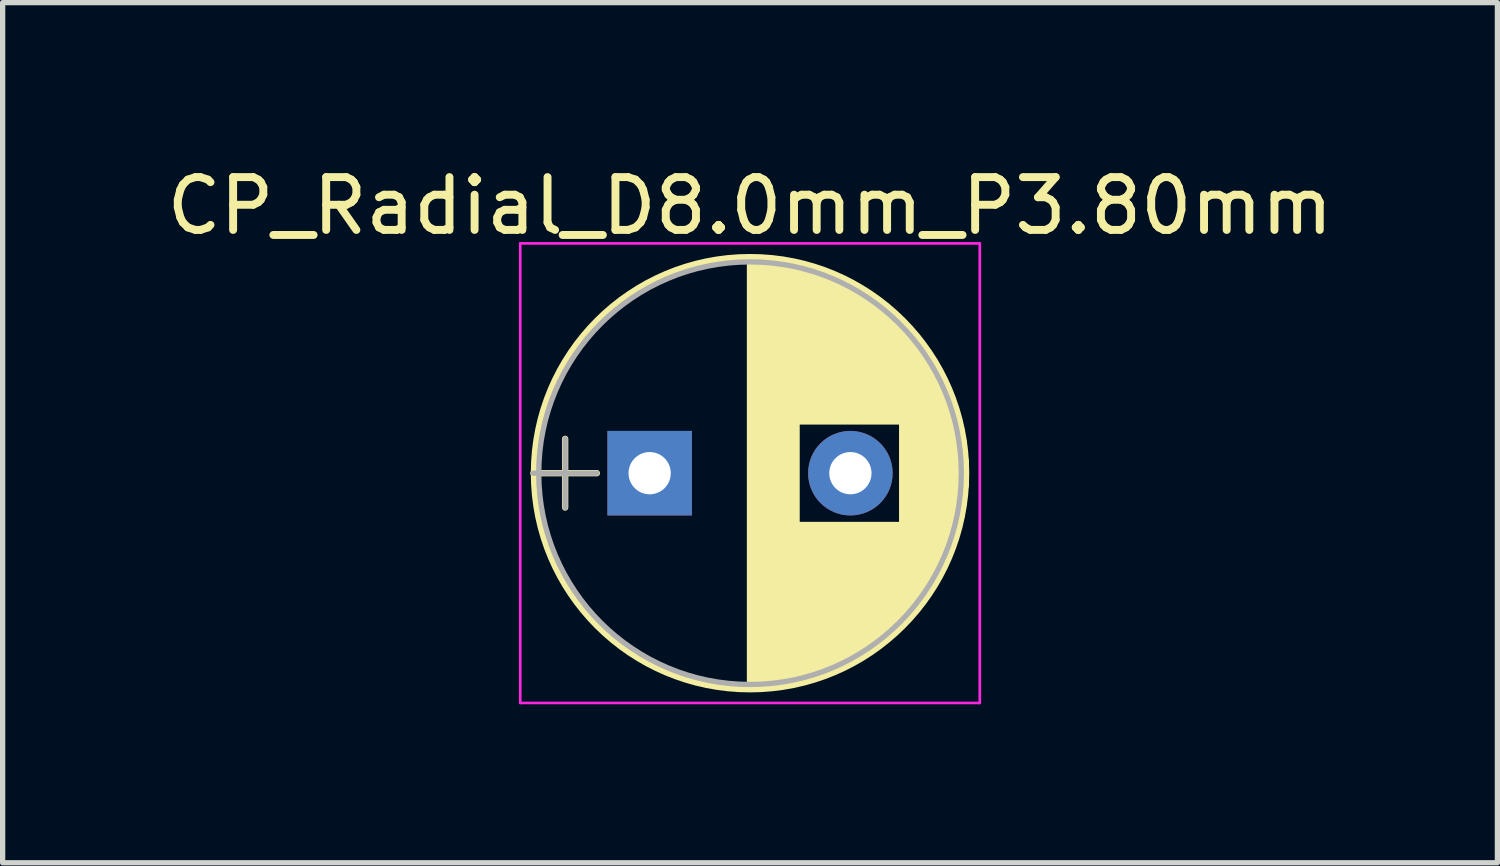
<source format=kicad_pcb>
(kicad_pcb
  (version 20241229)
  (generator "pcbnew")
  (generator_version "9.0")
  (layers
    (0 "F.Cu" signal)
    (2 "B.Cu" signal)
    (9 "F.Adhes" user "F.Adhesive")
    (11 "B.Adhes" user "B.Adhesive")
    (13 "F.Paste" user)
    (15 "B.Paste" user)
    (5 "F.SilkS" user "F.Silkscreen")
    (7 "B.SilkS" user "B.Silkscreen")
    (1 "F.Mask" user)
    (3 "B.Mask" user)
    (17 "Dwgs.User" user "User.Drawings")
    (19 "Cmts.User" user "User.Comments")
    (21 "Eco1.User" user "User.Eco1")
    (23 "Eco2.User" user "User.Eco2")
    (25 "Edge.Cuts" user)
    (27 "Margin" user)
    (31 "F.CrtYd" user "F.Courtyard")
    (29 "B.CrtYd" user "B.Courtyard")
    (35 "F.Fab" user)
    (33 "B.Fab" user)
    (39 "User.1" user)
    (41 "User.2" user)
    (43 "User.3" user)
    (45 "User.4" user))
  (footprint "CP_Radial_D8.0mm_P3.80mm"
    (layer "F.Cu")
    (at 9.249 5.908)
    (property "Reference" "CP_Radial_D8.0mm_P3.80mm" (at 1.9 -5.06 0) (layer "F.SilkS") (effects (font (size 1 1) (thickness 0.15))))
    (attr through_hole)
    (fp_line (start -2.2 0) (end -1 0) (stroke (width 0.12) (type solid)) (layer "F.SilkS"))
    (fp_line (start -1.6 -0.65) (end -1.6 0.65) (stroke (width 0.12) (type solid)) (layer "F.SilkS"))
    (fp_line (start 1.9 -4.05) (end 1.9 4.05) (stroke (width 0.12) (type solid)) (layer "F.SilkS"))
    (fp_line (start 1.94 -4.05) (end 1.94 4.05) (stroke (width 0.12) (type solid)) (layer "F.SilkS"))
    (fp_line (start 1.98 -4.05) (end 1.98 4.05) (stroke (width 0.12) (type solid)) (layer "F.SilkS"))
    (fp_line (start 2.02 -4.049) (end 2.02 4.049) (stroke (width 0.12) (type solid)) (layer "F.SilkS"))
    (fp_line (start 2.06 -4.047) (end 2.06 4.047) (stroke (width 0.12) (type solid)) (layer "F.SilkS"))
    (fp_line (start 2.1 -4.046) (end 2.1 4.046) (stroke (width 0.12) (type solid)) (layer "F.SilkS"))
    (fp_line (start 2.14 -4.043) (end 2.14 4.043) (stroke (width 0.12) (type solid)) (layer "F.SilkS"))
    (fp_line (start 2.18 -4.041) (end 2.18 4.041) (stroke (width 0.12) (type solid)) (layer "F.SilkS"))
    (fp_line (start 2.22 -4.038) (end 2.22 4.038) (stroke (width 0.12) (type solid)) (layer "F.SilkS"))
    (fp_line (start 2.26 -4.035) (end 2.26 4.035) (stroke (width 0.12) (type solid)) (layer "F.SilkS"))
    (fp_line (start 2.3 -4.031) (end 2.3 4.031) (stroke (width 0.12) (type solid)) (layer "F.SilkS"))
    (fp_line (start 2.34 -4.027) (end 2.34 4.027) (stroke (width 0.12) (type solid)) (layer "F.SilkS"))
    (fp_line (start 2.38 -4.022) (end 2.38 4.022) (stroke (width 0.12) (type solid)) (layer "F.SilkS"))
    (fp_line (start 2.42 -4.017) (end 2.42 4.017) (stroke (width 0.12) (type solid)) (layer "F.SilkS"))
    (fp_line (start 2.46 -4.012) (end 2.46 4.012) (stroke (width 0.12) (type solid)) (layer "F.SilkS"))
    (fp_line (start 2.5 -4.006) (end 2.5 4.006) (stroke (width 0.12) (type solid)) (layer "F.SilkS"))
    (fp_line (start 2.54 -4) (end 2.54 4) (stroke (width 0.12) (type solid)) (layer "F.SilkS"))
    (fp_line (start 2.58 -3.994) (end 2.58 3.994) (stroke (width 0.12) (type solid)) (layer "F.SilkS"))
    (fp_line (start 2.621 -3.987) (end 2.621 3.987) (stroke (width 0.12) (type solid)) (layer "F.SilkS"))
    (fp_line (start 2.661 -3.979) (end 2.661 3.979) (stroke (width 0.12) (type solid)) (layer "F.SilkS"))
    (fp_line (start 2.701 -3.971) (end 2.701 3.971) (stroke (width 0.12) (type solid)) (layer "F.SilkS"))
    (fp_line (start 2.741 -3.963) (end 2.741 3.963) (stroke (width 0.12) (type solid)) (layer "F.SilkS"))
    (fp_line (start 2.781 -3.955) (end 2.781 3.955) (stroke (width 0.12) (type solid)) (layer "F.SilkS"))
    (fp_line (start 2.821 -3.946) (end 2.821 -0.98) (stroke (width 0.12) (type solid)) (layer "F.SilkS"))
    (fp_line (start 2.821 0.98) (end 2.821 3.946) (stroke (width 0.12) (type solid)) (layer "F.SilkS"))
    (fp_line (start 2.861 -3.936) (end 2.861 -0.98) (stroke (width 0.12) (type solid)) (layer "F.SilkS"))
    (fp_line (start 2.861 0.98) (end 2.861 3.936) (stroke (width 0.12) (type solid)) (layer "F.SilkS"))
    (fp_line (start 2.901 -3.926) (end 2.901 -0.98) (stroke (width 0.12) (type solid)) (layer "F.SilkS"))
    (fp_line (start 2.901 0.98) (end 2.901 3.926) (stroke (width 0.12) (type solid)) (layer "F.SilkS"))
    (fp_line (start 2.941 -3.916) (end 2.941 -0.98) (stroke (width 0.12) (type solid)) (layer "F.SilkS"))
    (fp_line (start 2.941 0.98) (end 2.941 3.916) (stroke (width 0.12) (type solid)) (layer "F.SilkS"))
    (fp_line (start 2.981 -3.905) (end 2.981 -0.98) (stroke (width 0.12) (type solid)) (layer "F.SilkS"))
    (fp_line (start 2.981 0.98) (end 2.981 3.905) (stroke (width 0.12) (type solid)) (layer "F.SilkS"))
    (fp_line (start 3.021 -3.894) (end 3.021 -0.98) (stroke (width 0.12) (type solid)) (layer "F.SilkS"))
    (fp_line (start 3.021 0.98) (end 3.021 3.894) (stroke (width 0.12) (type solid)) (layer "F.SilkS"))
    (fp_line (start 3.061 -3.883) (end 3.061 -0.98) (stroke (width 0.12) (type solid)) (layer "F.SilkS"))
    (fp_line (start 3.061 0.98) (end 3.061 3.883) (stroke (width 0.12) (type solid)) (layer "F.SilkS"))
    (fp_line (start 3.101 -3.87) (end 3.101 -0.98) (stroke (width 0.12) (type solid)) (layer "F.SilkS"))
    (fp_line (start 3.101 0.98) (end 3.101 3.87) (stroke (width 0.12) (type solid)) (layer "F.SilkS"))
    (fp_line (start 3.141 -3.858) (end 3.141 -0.98) (stroke (width 0.12) (type solid)) (layer "F.SilkS"))
    (fp_line (start 3.141 0.98) (end 3.141 3.858) (stroke (width 0.12) (type solid)) (layer "F.SilkS"))
    (fp_line (start 3.181 -3.845) (end 3.181 -0.98) (stroke (width 0.12) (type solid)) (layer "F.SilkS"))
    (fp_line (start 3.181 0.98) (end 3.181 3.845) (stroke (width 0.12) (type solid)) (layer "F.SilkS"))
    (fp_line (start 3.221 -3.832) (end 3.221 -0.98) (stroke (width 0.12) (type solid)) (layer "F.SilkS"))
    (fp_line (start 3.221 0.98) (end 3.221 3.832) (stroke (width 0.12) (type solid)) (layer "F.SilkS"))
    (fp_line (start 3.261 -3.818) (end 3.261 -0.98) (stroke (width 0.12) (type solid)) (layer "F.SilkS"))
    (fp_line (start 3.261 0.98) (end 3.261 3.818) (stroke (width 0.12) (type solid)) (layer "F.SilkS"))
    (fp_line (start 3.301 -3.803) (end 3.301 -0.98) (stroke (width 0.12) (type solid)) (layer "F.SilkS"))
    (fp_line (start 3.301 0.98) (end 3.301 3.803) (stroke (width 0.12) (type solid)) (layer "F.SilkS"))
    (fp_line (start 3.341 -3.789) (end 3.341 -0.98) (stroke (width 0.12) (type solid)) (layer "F.SilkS"))
    (fp_line (start 3.341 0.98) (end 3.341 3.789) (stroke (width 0.12) (type solid)) (layer "F.SilkS"))
    (fp_line (start 3.381 -3.773) (end 3.381 -0.98) (stroke (width 0.12) (type solid)) (layer "F.SilkS"))
    (fp_line (start 3.381 0.98) (end 3.381 3.773) (stroke (width 0.12) (type solid)) (layer "F.SilkS"))
    (fp_line (start 3.421 -3.758) (end 3.421 -0.98) (stroke (width 0.12) (type solid)) (layer "F.SilkS"))
    (fp_line (start 3.421 0.98) (end 3.421 3.758) (stroke (width 0.12) (type solid)) (layer "F.SilkS"))
    (fp_line (start 3.461 -3.741) (end 3.461 -0.98) (stroke (width 0.12) (type solid)) (layer "F.SilkS"))
    (fp_line (start 3.461 0.98) (end 3.461 3.741) (stroke (width 0.12) (type solid)) (layer "F.SilkS"))
    (fp_line (start 3.501 -3.725) (end 3.501 -0.98) (stroke (width 0.12) (type solid)) (layer "F.SilkS"))
    (fp_line (start 3.501 0.98) (end 3.501 3.725) (stroke (width 0.12) (type solid)) (layer "F.SilkS"))
    (fp_line (start 3.541 -3.707) (end 3.541 -0.98) (stroke (width 0.12) (type solid)) (layer "F.SilkS"))
    (fp_line (start 3.541 0.98) (end 3.541 3.707) (stroke (width 0.12) (type solid)) (layer "F.SilkS"))
    (fp_line (start 3.581 -3.69) (end 3.581 -0.98) (stroke (width 0.12) (type solid)) (layer "F.SilkS"))
    (fp_line (start 3.581 0.98) (end 3.581 3.69) (stroke (width 0.12) (type solid)) (layer "F.SilkS"))
    (fp_line (start 3.621 -3.671) (end 3.621 -0.98) (stroke (width 0.12) (type solid)) (layer "F.SilkS"))
    (fp_line (start 3.621 0.98) (end 3.621 3.671) (stroke (width 0.12) (type solid)) (layer "F.SilkS"))
    (fp_line (start 3.661 -3.652) (end 3.661 -0.98) (stroke (width 0.12) (type solid)) (layer "F.SilkS"))
    (fp_line (start 3.661 0.98) (end 3.661 3.652) (stroke (width 0.12) (type solid)) (layer "F.SilkS"))
    (fp_line (start 3.701 -3.633) (end 3.701 -0.98) (stroke (width 0.12) (type solid)) (layer "F.SilkS"))
    (fp_line (start 3.701 0.98) (end 3.701 3.633) (stroke (width 0.12) (type solid)) (layer "F.SilkS"))
    (fp_line (start 3.741 -3.613) (end 3.741 -0.98) (stroke (width 0.12) (type solid)) (layer "F.SilkS"))
    (fp_line (start 3.741 0.98) (end 3.741 3.613) (stroke (width 0.12) (type solid)) (layer "F.SilkS"))
    (fp_line (start 3.781 -3.593) (end 3.781 -0.98) (stroke (width 0.12) (type solid)) (layer "F.SilkS"))
    (fp_line (start 3.781 0.98) (end 3.781 3.593) (stroke (width 0.12) (type solid)) (layer "F.SilkS"))
    (fp_line (start 3.821 -3.572) (end 3.821 -0.98) (stroke (width 0.12) (type solid)) (layer "F.SilkS"))
    (fp_line (start 3.821 0.98) (end 3.821 3.572) (stroke (width 0.12) (type solid)) (layer "F.SilkS"))
    (fp_line (start 3.861 -3.55) (end 3.861 -0.98) (stroke (width 0.12) (type solid)) (layer "F.SilkS"))
    (fp_line (start 3.861 0.98) (end 3.861 3.55) (stroke (width 0.12) (type solid)) (layer "F.SilkS"))
    (fp_line (start 3.901 -3.528) (end 3.901 -0.98) (stroke (width 0.12) (type solid)) (layer "F.SilkS"))
    (fp_line (start 3.901 0.98) (end 3.901 3.528) (stroke (width 0.12) (type solid)) (layer "F.SilkS"))
    (fp_line (start 3.941 -3.505) (end 3.941 -0.98) (stroke (width 0.12) (type solid)) (layer "F.SilkS"))
    (fp_line (start 3.941 0.98) (end 3.941 3.505) (stroke (width 0.12) (type solid)) (layer "F.SilkS"))
    (fp_line (start 3.981 -3.482) (end 3.981 -0.98) (stroke (width 0.12) (type solid)) (layer "F.SilkS"))
    (fp_line (start 3.981 0.98) (end 3.981 3.482) (stroke (width 0.12) (type solid)) (layer "F.SilkS"))
    (fp_line (start 4.021 -3.458) (end 4.021 -0.98) (stroke (width 0.12) (type solid)) (layer "F.SilkS"))
    (fp_line (start 4.021 0.98) (end 4.021 3.458) (stroke (width 0.12) (type solid)) (layer "F.SilkS"))
    (fp_line (start 4.061 -3.434) (end 4.061 -0.98) (stroke (width 0.12) (type solid)) (layer "F.SilkS"))
    (fp_line (start 4.061 0.98) (end 4.061 3.434) (stroke (width 0.12) (type solid)) (layer "F.SilkS"))
    (fp_line (start 4.101 -3.408) (end 4.101 -0.98) (stroke (width 0.12) (type solid)) (layer "F.SilkS"))
    (fp_line (start 4.101 0.98) (end 4.101 3.408) (stroke (width 0.12) (type solid)) (layer "F.SilkS"))
    (fp_line (start 4.141 -3.383) (end 4.141 -0.98) (stroke (width 0.12) (type solid)) (layer "F.SilkS"))
    (fp_line (start 4.141 0.98) (end 4.141 3.383) (stroke (width 0.12) (type solid)) (layer "F.SilkS"))
    (fp_line (start 4.181 -3.356) (end 4.181 -0.98) (stroke (width 0.12) (type solid)) (layer "F.SilkS"))
    (fp_line (start 4.181 0.98) (end 4.181 3.356) (stroke (width 0.12) (type solid)) (layer "F.SilkS"))
    (fp_line (start 4.221 -3.329) (end 4.221 -0.98) (stroke (width 0.12) (type solid)) (layer "F.SilkS"))
    (fp_line (start 4.221 0.98) (end 4.221 3.329) (stroke (width 0.12) (type solid)) (layer "F.SilkS"))
    (fp_line (start 4.261 -3.301) (end 4.261 -0.98) (stroke (width 0.12) (type solid)) (layer "F.SilkS"))
    (fp_line (start 4.261 0.98) (end 4.261 3.301) (stroke (width 0.12) (type solid)) (layer "F.SilkS"))
    (fp_line (start 4.301 -3.272) (end 4.301 -0.98) (stroke (width 0.12) (type solid)) (layer "F.SilkS"))
    (fp_line (start 4.301 0.98) (end 4.301 3.272) (stroke (width 0.12) (type solid)) (layer "F.SilkS"))
    (fp_line (start 4.341 -3.243) (end 4.341 -0.98) (stroke (width 0.12) (type solid)) (layer "F.SilkS"))
    (fp_line (start 4.341 0.98) (end 4.341 3.243) (stroke (width 0.12) (type solid)) (layer "F.SilkS"))
    (fp_line (start 4.381 -3.213) (end 4.381 -0.98) (stroke (width 0.12) (type solid)) (layer "F.SilkS"))
    (fp_line (start 4.381 0.98) (end 4.381 3.213) (stroke (width 0.12) (type solid)) (layer "F.SilkS"))
    (fp_line (start 4.421 -3.182) (end 4.421 -0.98) (stroke (width 0.12) (type solid)) (layer "F.SilkS"))
    (fp_line (start 4.421 0.98) (end 4.421 3.182) (stroke (width 0.12) (type solid)) (layer "F.SilkS"))
    (fp_line (start 4.461 -3.15) (end 4.461 -0.98) (stroke (width 0.12) (type solid)) (layer "F.SilkS"))
    (fp_line (start 4.461 0.98) (end 4.461 3.15) (stroke (width 0.12) (type solid)) (layer "F.SilkS"))
    (fp_line (start 4.501 -3.118) (end 4.501 -0.98) (stroke (width 0.12) (type solid)) (layer "F.SilkS"))
    (fp_line (start 4.501 0.98) (end 4.501 3.118) (stroke (width 0.12) (type solid)) (layer "F.SilkS"))
    (fp_line (start 4.541 -3.084) (end 4.541 -0.98) (stroke (width 0.12) (type solid)) (layer "F.SilkS"))
    (fp_line (start 4.541 0.98) (end 4.541 3.084) (stroke (width 0.12) (type solid)) (layer "F.SilkS"))
    (fp_line (start 4.581 -3.05) (end 4.581 -0.98) (stroke (width 0.12) (type solid)) (layer "F.SilkS"))
    (fp_line (start 4.581 0.98) (end 4.581 3.05) (stroke (width 0.12) (type solid)) (layer "F.SilkS"))
    (fp_line (start 4.621 -3.015) (end 4.621 -0.98) (stroke (width 0.12) (type solid)) (layer "F.SilkS"))
    (fp_line (start 4.621 0.98) (end 4.621 3.015) (stroke (width 0.12) (type solid)) (layer "F.SilkS"))
    (fp_line (start 4.661 -2.979) (end 4.661 -0.98) (stroke (width 0.12) (type solid)) (layer "F.SilkS"))
    (fp_line (start 4.661 0.98) (end 4.661 2.979) (stroke (width 0.12) (type solid)) (layer "F.SilkS"))
    (fp_line (start 4.701 -2.942) (end 4.701 -0.98) (stroke (width 0.12) (type solid)) (layer "F.SilkS"))
    (fp_line (start 4.701 0.98) (end 4.701 2.942) (stroke (width 0.12) (type solid)) (layer "F.SilkS"))
    (fp_line (start 4.741 -2.904) (end 4.741 -0.98) (stroke (width 0.12) (type solid)) (layer "F.SilkS"))
    (fp_line (start 4.741 0.98) (end 4.741 2.904) (stroke (width 0.12) (type solid)) (layer "F.SilkS"))
    (fp_line (start 4.781 -2.865) (end 4.781 2.865) (stroke (width 0.12) (type solid)) (layer "F.SilkS"))
    (fp_line (start 4.821 -2.824) (end 4.821 2.824) (stroke (width 0.12) (type solid)) (layer "F.SilkS"))
    (fp_line (start 4.861 -2.783) (end 4.861 2.783) (stroke (width 0.12) (type solid)) (layer "F.SilkS"))
    (fp_line (start 4.901 -2.74) (end 4.901 2.74) (stroke (width 0.12) (type solid)) (layer "F.SilkS"))
    (fp_line (start 4.941 -2.697) (end 4.941 2.697) (stroke (width 0.12) (type solid)) (layer "F.SilkS"))
    (fp_line (start 4.981 -2.652) (end 4.981 2.652) (stroke (width 0.12) (type solid)) (layer "F.SilkS"))
    (fp_line (start 5.021 -2.605) (end 5.021 2.605) (stroke (width 0.12) (type solid)) (layer "F.SilkS"))
    (fp_line (start 5.061 -2.557) (end 5.061 2.557) (stroke (width 0.12) (type solid)) (layer "F.SilkS"))
    (fp_line (start 5.101 -2.508) (end 5.101 2.508) (stroke (width 0.12) (type solid)) (layer "F.SilkS"))
    (fp_line (start 5.141 -2.457) (end 5.141 2.457) (stroke (width 0.12) (type solid)) (layer "F.SilkS"))
    (fp_line (start 5.181 -2.404) (end 5.181 2.404) (stroke (width 0.12) (type solid)) (layer "F.SilkS"))
    (fp_line (start 5.221 -2.349) (end 5.221 2.349) (stroke (width 0.12) (type solid)) (layer "F.SilkS"))
    (fp_line (start 5.261 -2.293) (end 5.261 2.293) (stroke (width 0.12) (type solid)) (layer "F.SilkS"))
    (fp_line (start 5.301 -2.234) (end 5.301 2.234) (stroke (width 0.12) (type solid)) (layer "F.SilkS"))
    (fp_line (start 5.341 -2.173) (end 5.341 2.173) (stroke (width 0.12) (type solid)) (layer "F.SilkS"))
    (fp_line (start 5.381 -2.109) (end 5.381 2.109) (stroke (width 0.12) (type solid)) (layer "F.SilkS"))
    (fp_line (start 5.421 -2.043) (end 5.421 2.043) (stroke (width 0.12) (type solid)) (layer "F.SilkS"))
    (fp_line (start 5.461 -1.974) (end 5.461 1.974) (stroke (width 0.12) (type solid)) (layer "F.SilkS"))
    (fp_line (start 5.501 -1.902) (end 5.501 1.902) (stroke (width 0.12) (type solid)) (layer "F.SilkS"))
    (fp_line (start 5.541 -1.826) (end 5.541 1.826) (stroke (width 0.12) (type solid)) (layer "F.SilkS"))
    (fp_line (start 5.581 -1.745) (end 5.581 1.745) (stroke (width 0.12) (type solid)) (layer "F.SilkS"))
    (fp_line (start 5.621 -1.66) (end 5.621 1.66) (stroke (width 0.12) (type solid)) (layer "F.SilkS"))
    (fp_line (start 5.661 -1.57) (end 5.661 1.57) (stroke (width 0.12) (type solid)) (layer "F.SilkS"))
    (fp_line (start 5.701 -1.473) (end 5.701 1.473) (stroke (width 0.12) (type solid)) (layer "F.SilkS"))
    (fp_line (start 5.741 -1.369) (end 5.741 1.369) (stroke (width 0.12) (type solid)) (layer "F.SilkS"))
    (fp_line (start 5.781 -1.254) (end 5.781 1.254) (stroke (width 0.12) (type solid)) (layer "F.SilkS"))
    (fp_line (start 5.821 -1.127) (end 5.821 1.127) (stroke (width 0.12) (type solid)) (layer "F.SilkS"))
    (fp_line (start 5.861 -0.983) (end 5.861 0.983) (stroke (width 0.12) (type solid)) (layer "F.SilkS"))
    (fp_line (start 5.901 -0.814) (end 5.901 0.814) (stroke (width 0.12) (type solid)) (layer "F.SilkS"))
    (fp_line (start 5.941 -0.598) (end 5.941 0.598) (stroke (width 0.12) (type solid)) (layer "F.SilkS"))
    (fp_line (start 5.981 -0.246) (end 5.981 0.246) (stroke (width 0.12) (type solid)) (layer "F.SilkS"))
    (fp_circle (center 1.9 0) (end 5.99 0) (stroke (width 0.12) (type solid)) (fill no) (layer "F.SilkS"))
    (fp_line (start -2.45 -4.35) (end -2.45 4.35) (stroke (width 0.05) (type solid)) (layer "F.CrtYd"))
    (fp_line (start -2.45 4.35) (end 6.25 4.35) (stroke (width 0.05) (type solid)) (layer "F.CrtYd"))
    (fp_line (start 6.25 -4.35) (end -2.45 -4.35) (stroke (width 0.05) (type solid)) (layer "F.CrtYd"))
    (fp_line (start 6.25 4.35) (end 6.25 -4.35) (stroke (width 0.05) (type solid)) (layer "F.CrtYd"))
    (fp_line (start -2.2 0) (end -1 0) (stroke (width 0.1) (type solid)) (layer "F.Fab"))
    (fp_line (start -1.6 -0.65) (end -1.6 0.65) (stroke (width 0.1) (type solid)) (layer "F.Fab"))
    (fp_circle (center 1.9 0) (end 5.9 0) (stroke (width 0.1) (type solid)) (fill no) (layer "F.Fab"))
    (pad "1" thru_hole rect (at 0 0) (size 1.6 1.6) (drill 0.8) (layers "*.Mask" "B.Cu"))
    (pad "2" thru_hole circle (at 3.8 0) (size 1.6 1.6) (drill 0.8) (layers "*.Mask" "B.Cu")))
  (gr_rect
    (start -3 -3)
    (end 25.298 13.283)
    (stroke (width 0.1) (type default))
    (fill no)
    (layer "Edge.Cuts")))
</source>
